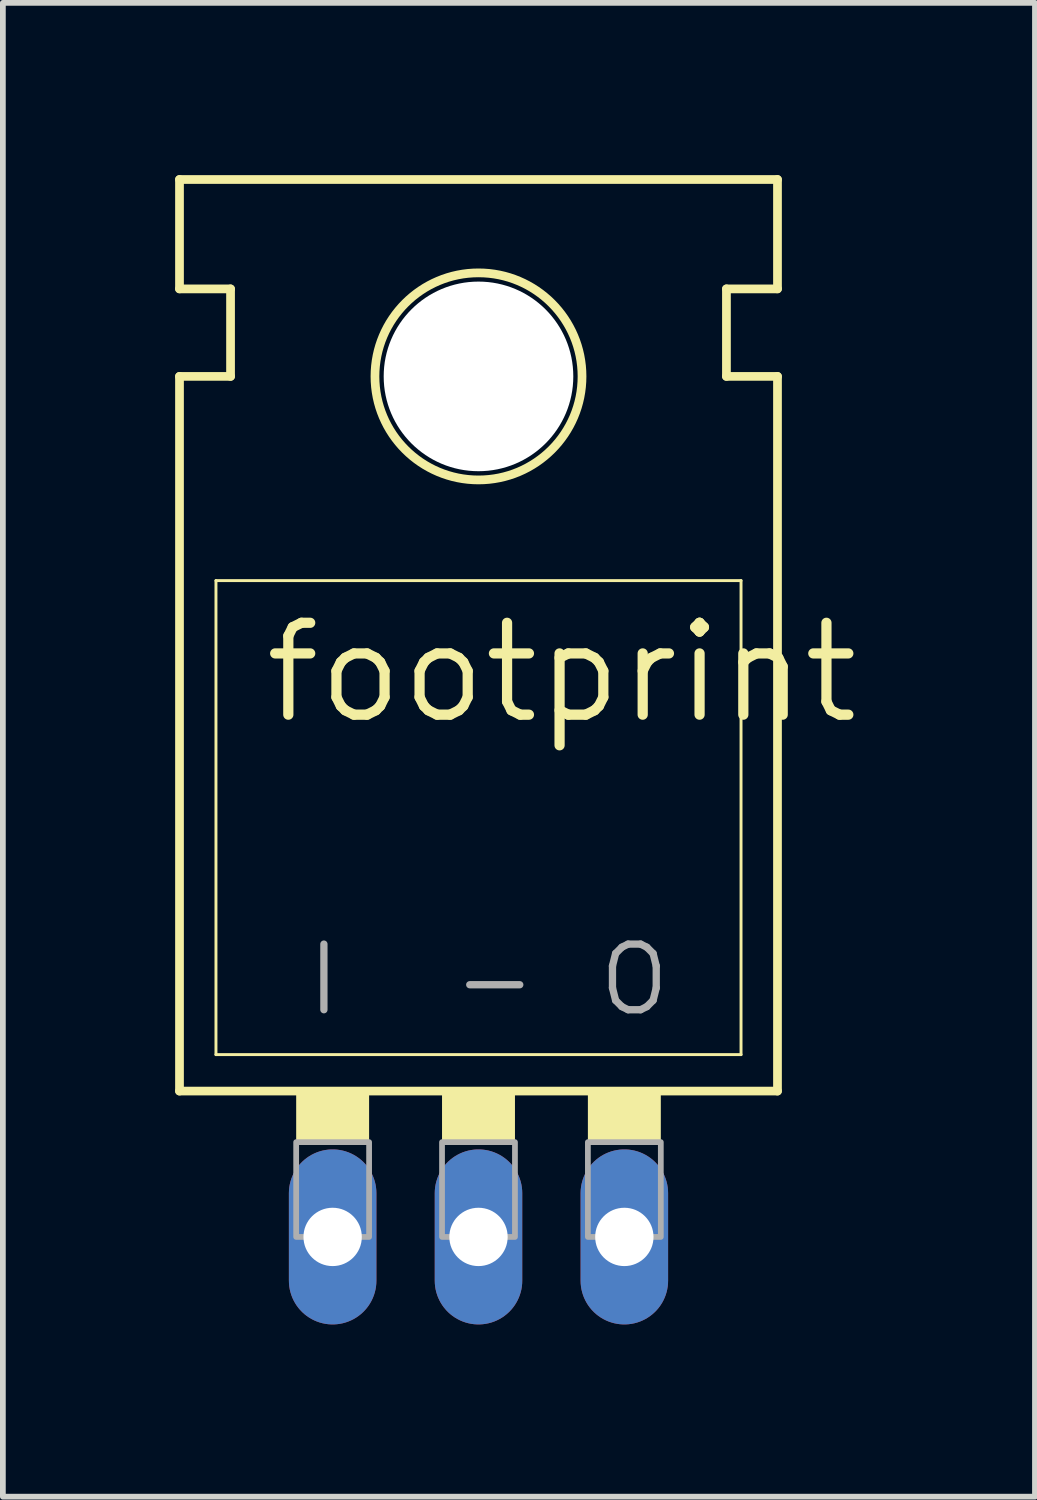
<source format=kicad_pcb>
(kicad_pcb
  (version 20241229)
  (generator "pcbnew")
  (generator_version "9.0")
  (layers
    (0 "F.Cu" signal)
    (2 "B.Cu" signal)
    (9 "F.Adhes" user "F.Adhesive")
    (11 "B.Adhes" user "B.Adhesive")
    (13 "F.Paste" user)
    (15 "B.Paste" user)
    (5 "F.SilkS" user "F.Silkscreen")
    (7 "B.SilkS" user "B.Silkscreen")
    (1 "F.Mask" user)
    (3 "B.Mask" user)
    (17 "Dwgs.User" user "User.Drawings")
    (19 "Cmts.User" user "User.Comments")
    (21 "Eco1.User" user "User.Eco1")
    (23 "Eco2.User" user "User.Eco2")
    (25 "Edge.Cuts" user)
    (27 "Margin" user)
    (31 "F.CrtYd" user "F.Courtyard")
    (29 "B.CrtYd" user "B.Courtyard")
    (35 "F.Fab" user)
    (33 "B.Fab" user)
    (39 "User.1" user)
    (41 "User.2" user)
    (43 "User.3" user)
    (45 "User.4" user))
  (footprint "footprint"
    (layer "F.Cu")
    (at 5.283 14.681)
    (property "Reference" "footprint" (at -3.81 -5.08 0) (layer "F.SilkS") (effects (font (size 1.6 1.6) (thickness 0.178)) (justify left bottom)))
    (fp_line (start -5.207 -12.7) (end -5.207 -14.605) (stroke (width 0.152) (type solid)) (layer "F.SilkS"))
    (fp_line (start -5.207 -11.176) (end -4.318 -11.176) (stroke (width 0.152) (type solid)) (layer "F.SilkS"))
    (fp_line (start -5.207 1.27) (end -5.207 -11.176) (stroke (width 0.152) (type solid)) (layer "F.SilkS"))
    (fp_line (start -5.207 1.27) (end 5.207 1.27) (stroke (width 0.152) (type solid)) (layer "F.SilkS"))
    (fp_line (start -4.572 0.635) (end -4.572 -7.62) (stroke (width 0.051) (type solid)) (layer "F.SilkS"))
    (fp_line (start -4.572 0.635) (end 4.572 0.635) (stroke (width 0.051) (type solid)) (layer "F.SilkS"))
    (fp_line (start -4.318 -12.7) (end -5.207 -12.7) (stroke (width 0.152) (type solid)) (layer "F.SilkS"))
    (fp_line (start -4.318 -11.176) (end -4.318 -12.7) (stroke (width 0.152) (type solid)) (layer "F.SilkS"))
    (fp_line (start 4.318 -12.7) (end 5.207 -12.7) (stroke (width 0.152) (type solid)) (layer "F.SilkS"))
    (fp_line (start 4.318 -11.176) (end 4.318 -12.7) (stroke (width 0.152) (type solid)) (layer "F.SilkS"))
    (fp_line (start 4.572 -7.62) (end -4.572 -7.62) (stroke (width 0.051) (type solid)) (layer "F.SilkS"))
    (fp_line (start 4.572 -7.62) (end 4.572 0.635) (stroke (width 0.051) (type solid)) (layer "F.SilkS"))
    (fp_line (start 5.207 -14.605) (end -5.207 -14.605) (stroke (width 0.152) (type solid)) (layer "F.SilkS"))
    (fp_line (start 5.207 -12.7) (end 5.207 -14.605) (stroke (width 0.152) (type solid)) (layer "F.SilkS"))
    (fp_line (start 5.207 -11.176) (end 4.318 -11.176) (stroke (width 0.152) (type solid)) (layer "F.SilkS"))
    (fp_line (start 5.207 1.27) (end 5.207 -11.176) (stroke (width 0.152) (type solid)) (layer "F.SilkS"))
    (fp_circle (center 0 -11.176) (end 1.803 -11.176) (stroke (width 0.152) (type solid)) (fill no) (layer "F.SilkS"))
    (fp_poly (pts (xy -3.175 2.159) (xy -1.905 2.159) (xy -1.905 1.27) (xy -3.175 1.27)) (stroke (width 0) (type solid)) (fill yes) (layer "F.SilkS"))
    (fp_poly (pts (xy -0.635 2.159) (xy 0.635 2.159) (xy 0.635 1.27) (xy -0.635 1.27)) (stroke (width 0) (type solid)) (fill yes) (layer "F.SilkS"))
    (fp_poly (pts (xy 1.905 2.159) (xy 3.175 2.159) (xy 3.175 1.27) (xy 1.905 1.27)) (stroke (width 0) (type solid)) (fill yes) (layer "F.SilkS"))
    (fp_poly (pts (xy -3.175 3.81) (xy -1.905 3.81) (xy -1.905 2.159) (xy -3.175 2.159)) (stroke (width 0.1) (type solid)) (fill no) (layer "F.Fab"))
    (fp_poly (pts (xy -0.635 3.81) (xy 0.635 3.81) (xy 0.635 2.159) (xy -0.635 2.159)) (stroke (width 0.1) (type solid)) (fill no) (layer "F.Fab"))
    (fp_poly (pts (xy 1.905 3.81) (xy 3.175 3.81) (xy 3.175 2.159) (xy 1.905 2.159)) (stroke (width 0.1) (type solid)) (fill no) (layer "F.Fab"))
    (fp_text user "I" (at -3.048 0 0) (layer "F.Fab") (effects (font (size 1.143 1.143) (thickness 0.127)) (justify left bottom)))
    (fp_text user "-" (at -0.508 0 0) (layer "F.Fab") (effects (font (size 1.143 1.143) (thickness 0.127)) (justify left bottom)))
    (fp_text user "O" (at 2.032 0 0) (layer "F.Fab") (effects (font (size 1.143 1.143) (thickness 0.127)) (justify left bottom)))
    (pad "" np_thru_hole circle (at 0 -11.176) (size 3.302 3.302) (drill 3.302) (layers "*.Cu" "*.Mask"))
    (pad "GND" thru_hole oval (at 0 3.81 90) (size 3.048 1.524) (drill 1.016) (layers "*.Cu" "*.Mask"))
    (pad "IN" thru_hole oval (at -2.54 3.81 90) (size 3.048 1.524) (drill 1.016) (layers "*.Cu" "*.Mask"))
    (pad "OUT" thru_hole oval (at 2.54 3.81 90) (size 3.048 1.524) (drill 1.016) (layers "*.Cu" "*.Mask"))
    (zone (net_name "") (layers "F.Cu" "B.Cu") (hatch edge 0.508) (connect_pads) (min_thickness 0.254) (filled_areas_thickness no) (keepout (tracks allowed) (vias not_allowed) (pads allowed) (copperpour allowed) (footprints allowed)) (placement (enabled no)) (fill) (polygon (pts (xy 8.331 3.505) (xy 8.285 2.976) (xy 8.147 2.463) (xy 7.923 1.981) (xy 7.618 1.546) (xy 7.242 1.17) (xy 6.807 0.866) (xy 6.326 0.641) (xy 5.812 0.504) (xy 5.283 0.457) (xy 4.754 0.504) (xy 4.241 0.641) (xy 3.759 0.866) (xy 3.324 1.17) (xy 2.948 1.546) (xy 2.644 1.981) (xy 2.419 2.463) (xy 2.282 2.976) (xy 2.235 3.505) (xy 2.282 4.034) (xy 2.419 4.548) (xy 2.644 5.029) (xy 2.948 5.464) (xy 3.324 5.84) (xy 3.759 6.145) (xy 4.241 6.369) (xy 4.754 6.507) (xy 5.283 6.553) (xy 5.812 6.507) (xy 6.326 6.369) (xy 6.807 6.145) (xy 7.242 5.84) (xy 7.618 5.464) (xy 7.923 5.029) (xy 8.147 4.548) (xy 8.285 4.034))))
    (zone (net_name "") (layer "B.Cu") (hatch edge 0.508) (connect_pads) (min_thickness 0.254) (filled_areas_thickness no) (keepout (tracks not_allowed) (vias not_allowed) (pads not_allowed) (copperpour not_allowed) (footprints allowed)) (placement (enabled no)) (fill) (polygon (pts (xy 8.331 3.505) (xy 8.285 2.976) (xy 8.147 2.463) (xy 7.923 1.981) (xy 7.618 1.546) (xy 7.242 1.17) (xy 6.807 0.866) (xy 6.326 0.641) (xy 5.812 0.504) (xy 5.283 0.457) (xy 4.754 0.504) (xy 4.241 0.641) (xy 3.759 0.866) (xy 3.324 1.17) (xy 2.948 1.546) (xy 2.644 1.981) (xy 2.419 2.463) (xy 2.282 2.976) (xy 2.235 3.505) (xy 2.282 4.034) (xy 2.419 4.548) (xy 2.644 5.029) (xy 2.948 5.464) (xy 3.324 5.84) (xy 3.759 6.145) (xy 4.241 6.369) (xy 4.754 6.507) (xy 5.283 6.553) (xy 5.812 6.507) (xy 6.326 6.369) (xy 6.807 6.145) (xy 7.242 5.84) (xy 7.618 5.464) (xy 7.923 5.029) (xy 8.147 4.548) (xy 8.285 4.034)))))
  (gr_rect
    (start -3 -3)
    (end 14.974 23.015)
    (stroke (width 0.1) (type default))
    (fill no)
    (layer "Edge.Cuts")))
</source>
